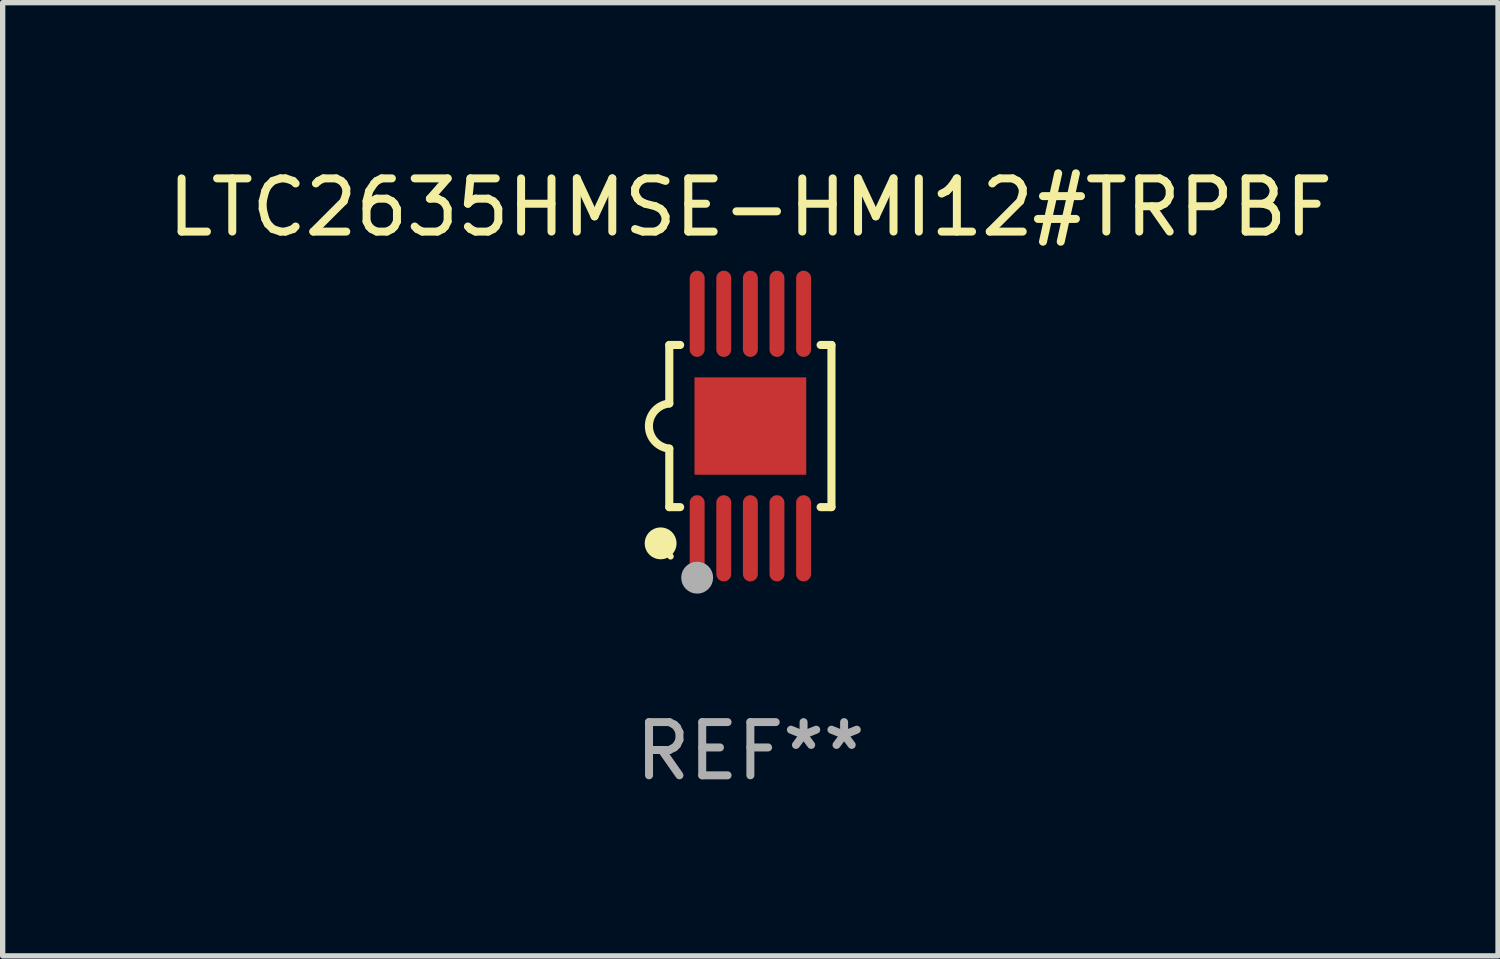
<source format=kicad_pcb>
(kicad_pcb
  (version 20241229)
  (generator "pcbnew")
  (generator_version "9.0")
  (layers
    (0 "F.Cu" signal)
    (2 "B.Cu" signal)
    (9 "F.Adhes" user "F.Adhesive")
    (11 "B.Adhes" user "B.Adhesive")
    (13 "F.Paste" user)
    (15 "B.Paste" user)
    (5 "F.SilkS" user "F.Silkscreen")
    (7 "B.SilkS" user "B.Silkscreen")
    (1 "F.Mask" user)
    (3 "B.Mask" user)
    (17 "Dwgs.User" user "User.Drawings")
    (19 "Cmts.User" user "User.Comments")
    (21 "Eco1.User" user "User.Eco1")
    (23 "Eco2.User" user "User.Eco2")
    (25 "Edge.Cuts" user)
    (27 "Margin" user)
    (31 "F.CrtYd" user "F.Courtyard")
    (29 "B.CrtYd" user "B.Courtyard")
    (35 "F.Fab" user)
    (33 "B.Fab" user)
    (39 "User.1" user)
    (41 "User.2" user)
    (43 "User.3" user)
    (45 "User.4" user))
  (footprint "LTC2635HMSE-HMI12#TRPBF"
    (layer "F.Cu")
    (at 11.054 4.958)
    (property "Reference" "LTC2635HMSE-HMI12#TRPBF" (at 0 -4.11 0) (layer "F.SilkS") (effects (font (size 1 1) (thickness 0.15))))
    (attr through_hole)
    (fp_line (start -1.524 -1.524) (end -1.524 -0.424) (stroke (width 0.152) (type solid)) (layer "F.SilkS"))
    (fp_line (start -1.524 1.524) (end -1.524 0.424) (stroke (width 0.152) (type solid)) (layer "F.SilkS"))
    (fp_line (start -1.524 1.524) (end -1.32 1.524) (stroke (width 0.152) (type solid)) (layer "F.SilkS"))
    (fp_line (start -1.32 -1.524) (end -1.524 -1.524) (stroke (width 0.152) (type solid)) (layer "F.SilkS"))
    (fp_line (start 1.32 1.524) (end 1.524 1.524) (stroke (width 0.152) (type solid)) (layer "F.SilkS"))
    (fp_line (start 1.524 -1.524) (end 1.32 -1.524) (stroke (width 0.152) (type solid)) (layer "F.SilkS"))
    (fp_line (start 1.524 1.524) (end 1.524 -1.524) (stroke (width 0.152) (type solid)) (layer "F.SilkS"))
    (fp_arc (start -1.524003 0.424003) (mid -1.906663 -0.000089) (end -1.524004 -0.424181) (stroke (width 0.151994) (type solid)) (layer "F.SilkS"))
    (fp_circle (center -1.687 2.205) (end -1.537 2.205) (stroke (width 0.3) (type solid)) (fill no) (layer "F.SilkS"))
    (fp_circle (center -1.5 2.45) (end -1.47 2.45) (stroke (width 0.06) (type solid)) (fill no) (layer "F.SilkS"))
    (fp_circle (center -1 2.85) (end -0.85 2.85) (stroke (width 0.3) (type solid)) (fill no) (layer "F.Fab"))
    (fp_text user "REF**" (at 0 6.11 0) (layer "F.Fab") (effects (font (size 1 1) (thickness 0.15))))
    (pad "1" smd oval (at -1 2.11) (size 0.28 1.62) (layers "F.Cu" "F.Mask" "F.Paste"))
    (pad "2" smd oval (at -0.5 2.11) (size 0.28 1.62) (layers "F.Cu" "F.Mask" "F.Paste"))
    (pad "3" smd oval (at 0 2.11) (size 0.28 1.62) (layers "F.Cu" "F.Mask" "F.Paste"))
    (pad "4" smd oval (at 0.5 2.11) (size 0.28 1.62) (layers "F.Cu" "F.Mask" "F.Paste"))
    (pad "5" smd oval (at 1 2.11) (size 0.28 1.62) (layers "F.Cu" "F.Mask" "F.Paste"))
    (pad "6" smd oval (at 1 -2.11) (size 0.28 1.62) (layers "F.Cu" "F.Mask" "F.Paste"))
    (pad "7" smd oval (at 0.5 -2.11) (size 0.28 1.62) (layers "F.Cu" "F.Mask" "F.Paste"))
    (pad "8" smd oval (at 0 -2.11) (size 0.28 1.62) (layers "F.Cu" "F.Mask" "F.Paste"))
    (pad "9" smd oval (at -0.5 -2.11) (size 0.28 1.62) (layers "F.Cu" "F.Mask" "F.Paste"))
    (pad "10" smd oval (at -1 -2.11) (size 0.28 1.62) (layers "F.Cu" "F.Mask" "F.Paste"))
    (pad "11" smd rect (at 0 0) (size 2.1 1.83) (layers "F.Cu" "F.Mask" "F.Paste")))
  (gr_rect
    (start -3 -3)
    (end 25.107 14.916)
    (stroke (width 0.1) (type default))
    (fill no)
    (layer "Edge.Cuts")))
</source>
